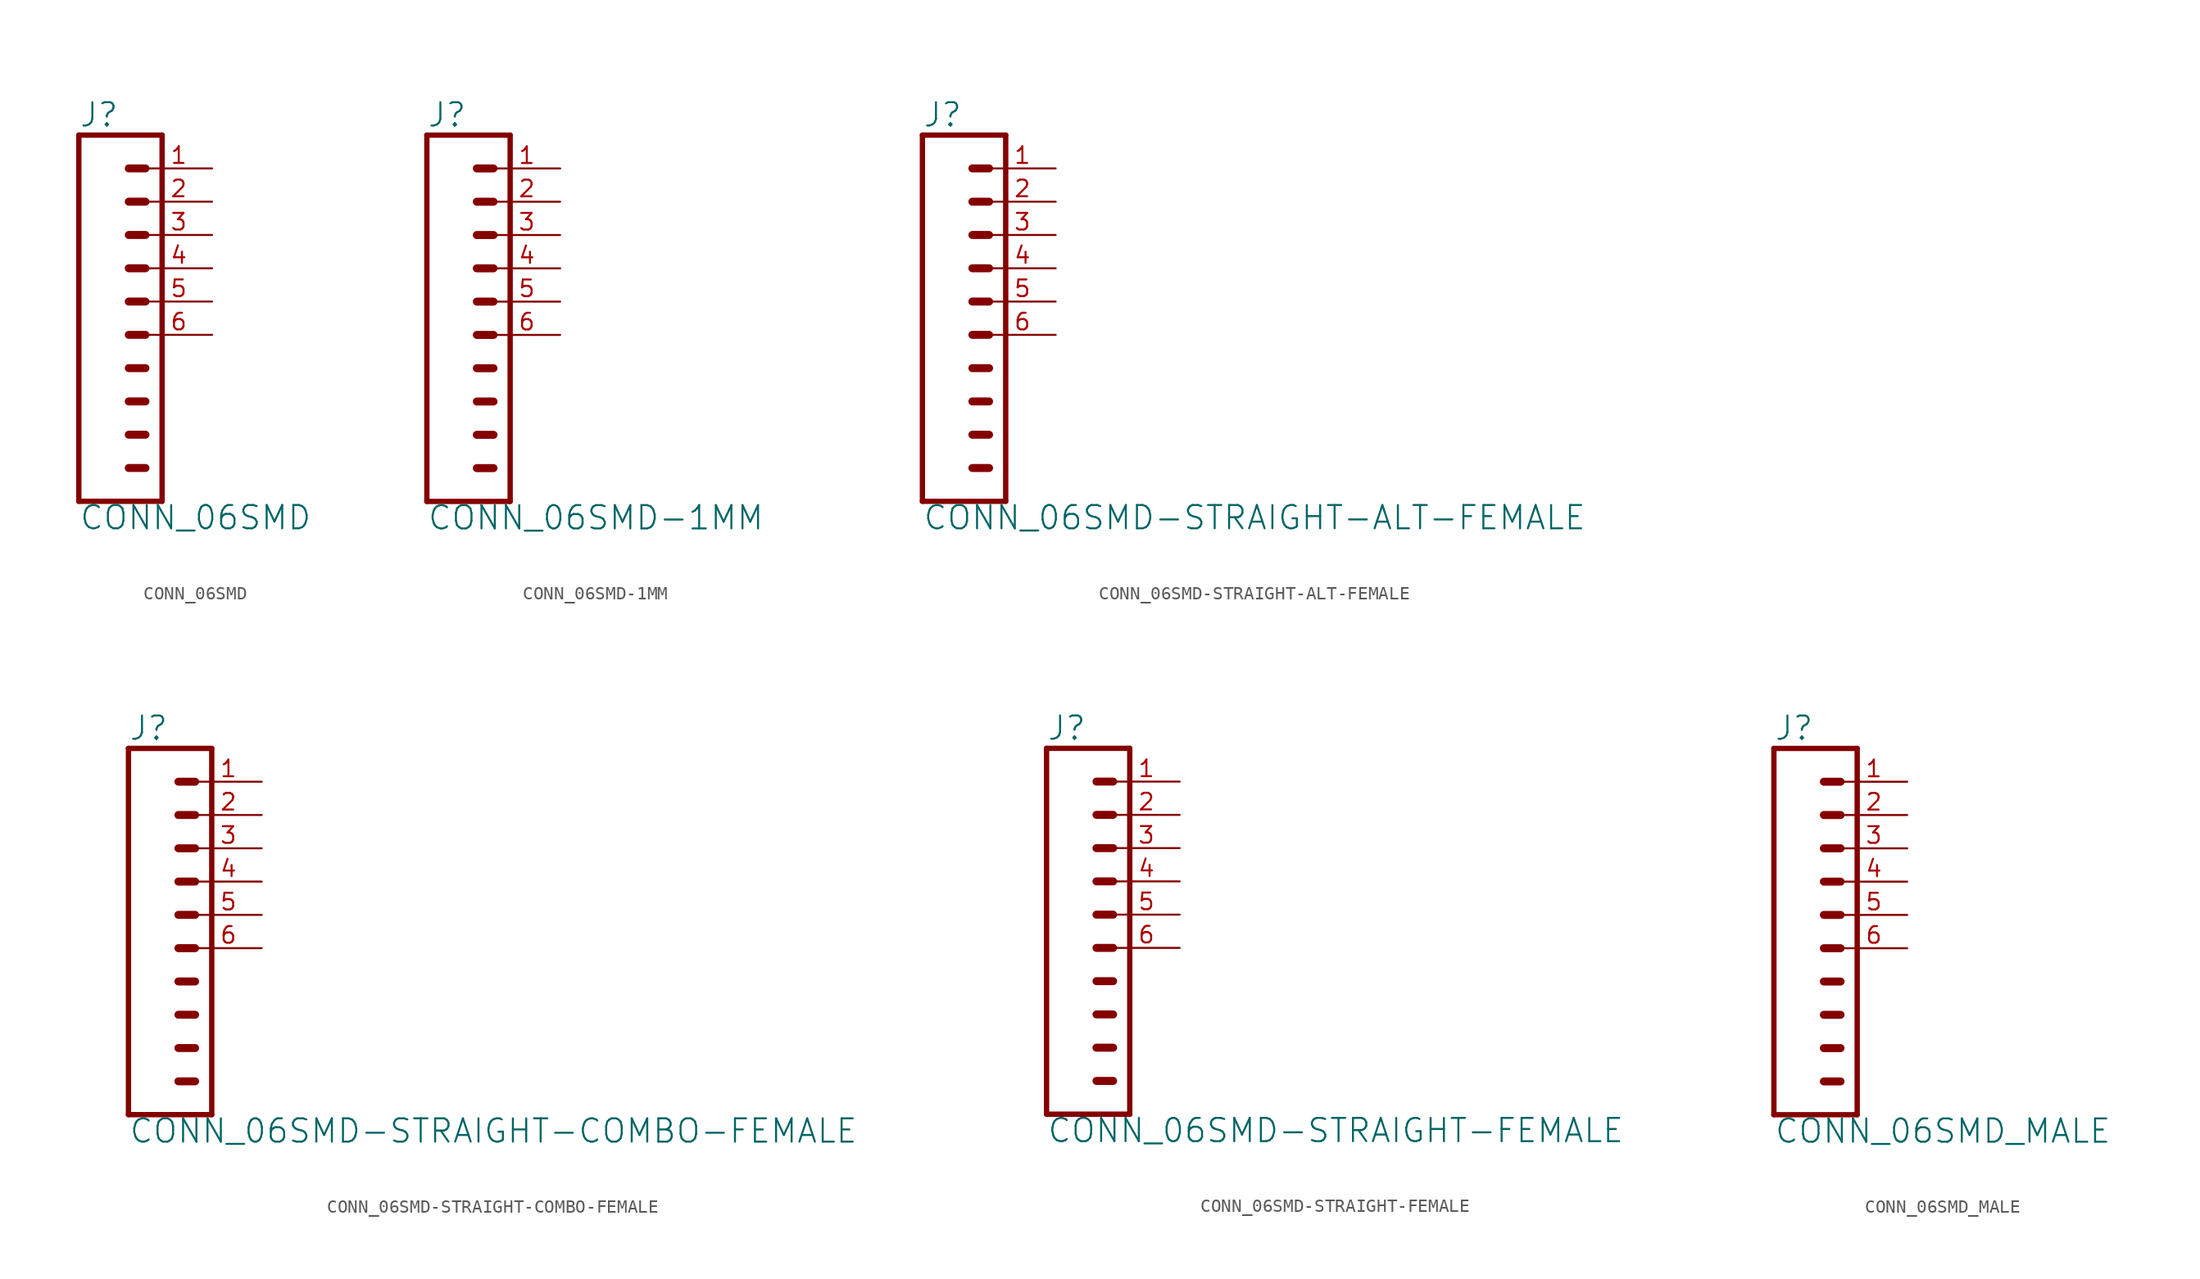
<source format=kicad_sym>
(kicad_symbol_lib
  (version 20211014)
  (generator kicad_symbol_editor)
  (symbol "CONN_06SMD"
    (property "Reference" "J"
      (at -2.54 15.748 0)
      (effects (font (size 1.778 1.778)) (justify left bottom)))
    (property "Value" "CONN_06SMD"
      (at -2.54 -14.986 0)
      (effects (font (size 1.778 1.778)) (justify left bottom)))
    (property "ki_locked" ""
      (at 0 0 0)
      (effects (font (size 1.27 1.27))))
    (symbol "CONN_06SMD_1_0"
      (polyline (pts (xy -2.54 15.24) (xy -2.54 -12.7)) (stroke (width 0.406) (type default) (color 0 0 0 0)) (fill (type none)))
      (polyline (pts (xy -2.54 15.24) (xy 3.81 15.24)) (stroke (width 0.406) (type default) (color 0 0 0 0)) (fill (type none)))
      (polyline (pts (xy 1.27 -10.16) (xy 2.54 -10.16)) (stroke (width 0.61) (type default) (color 0 0 0 0)) (fill (type none)))
      (polyline (pts (xy 1.27 -7.62) (xy 2.54 -7.62)) (stroke (width 0.61) (type default) (color 0 0 0 0)) (fill (type none)))
      (polyline (pts (xy 1.27 -5.08) (xy 2.54 -5.08)) (stroke (width 0.61) (type default) (color 0 0 0 0)) (fill (type none)))
      (polyline (pts (xy 1.27 -2.54) (xy 2.54 -2.54)) (stroke (width 0.61) (type default) (color 0 0 0 0)) (fill (type none)))
      (polyline (pts (xy 1.27 0) (xy 2.54 0)) (stroke (width 0.61) (type default) (color 0 0 0 0)) (fill (type none)))
      (polyline (pts (xy 1.27 2.54) (xy 2.54 2.54)) (stroke (width 0.61) (type default) (color 0 0 0 0)) (fill (type none)))
      (polyline (pts (xy 1.27 5.08) (xy 2.54 5.08)) (stroke (width 0.61) (type default) (color 0 0 0 0)) (fill (type none)))
      (polyline (pts (xy 1.27 7.62) (xy 2.54 7.62)) (stroke (width 0.61) (type default) (color 0 0 0 0)) (fill (type none)))
      (polyline (pts (xy 1.27 10.16) (xy 2.54 10.16)) (stroke (width 0.61) (type default) (color 0 0 0 0)) (fill (type none)))
      (polyline (pts (xy 1.27 12.7) (xy 2.54 12.7)) (stroke (width 0.61) (type default) (color 0 0 0 0)) (fill (type none)))
      (polyline (pts (xy 3.81 -12.7) (xy -2.54 -12.7)) (stroke (width 0.406) (type default) (color 0 0 0 0)) (fill (type none)))
      (polyline (pts (xy 3.81 -12.7) (xy 3.81 15.24)) (stroke (width 0.406) (type default) (color 0 0 0 0)) (fill (type none)))
      (pin passive line (at 7.62 12.7 180) (length 5.08) (name "1" (effects (font (size 0 0)))) (number "1" (effects (font (size 1.27 1.27)))))
      (pin passive line (at 7.62 10.16 180) (length 5.08) (name "2" (effects (font (size 0 0)))) (number "2" (effects (font (size 1.27 1.27)))))
      (pin passive line (at 7.62 7.62 180) (length 5.08) (name "3" (effects (font (size 0 0)))) (number "3" (effects (font (size 1.27 1.27)))))
      (pin passive line (at 7.62 5.08 180) (length 5.08) (name "4" (effects (font (size 0 0)))) (number "4" (effects (font (size 1.27 1.27)))))
      (pin passive line (at 7.62 2.54 180) (length 5.08) (name "5" (effects (font (size 0 0)))) (number "5" (effects (font (size 1.27 1.27)))))
      (pin passive line (at 7.62 0 180) (length 5.08) (name "6" (effects (font (size 0 0)))) (number "6" (effects (font (size 1.27 1.27)))))))
  (symbol "CONN_06SMD-1MM"
    (property "Reference" "J"
      (at -2.54 15.748 0)
      (effects (font (size 1.778 1.778)) (justify left bottom)))
    (property "Value" "CONN_06SMD-1MM"
      (at -2.54 -14.986 0)
      (effects (font (size 1.778 1.778)) (justify left bottom)))
    (property "ki_locked" ""
      (at 0 0 0)
      (effects (font (size 1.27 1.27))))
    (symbol "CONN_06SMD-1MM_1_0"
      (polyline (pts (xy -2.54 15.24) (xy -2.54 -12.7)) (stroke (width 0.406) (type default) (color 0 0 0 0)) (fill (type none)))
      (polyline (pts (xy -2.54 15.24) (xy 3.81 15.24)) (stroke (width 0.406) (type default) (color 0 0 0 0)) (fill (type none)))
      (polyline (pts (xy 1.27 -10.16) (xy 2.54 -10.16)) (stroke (width 0.61) (type default) (color 0 0 0 0)) (fill (type none)))
      (polyline (pts (xy 1.27 -7.62) (xy 2.54 -7.62)) (stroke (width 0.61) (type default) (color 0 0 0 0)) (fill (type none)))
      (polyline (pts (xy 1.27 -5.08) (xy 2.54 -5.08)) (stroke (width 0.61) (type default) (color 0 0 0 0)) (fill (type none)))
      (polyline (pts (xy 1.27 -2.54) (xy 2.54 -2.54)) (stroke (width 0.61) (type default) (color 0 0 0 0)) (fill (type none)))
      (polyline (pts (xy 1.27 0) (xy 2.54 0)) (stroke (width 0.61) (type default) (color 0 0 0 0)) (fill (type none)))
      (polyline (pts (xy 1.27 2.54) (xy 2.54 2.54)) (stroke (width 0.61) (type default) (color 0 0 0 0)) (fill (type none)))
      (polyline (pts (xy 1.27 5.08) (xy 2.54 5.08)) (stroke (width 0.61) (type default) (color 0 0 0 0)) (fill (type none)))
      (polyline (pts (xy 1.27 7.62) (xy 2.54 7.62)) (stroke (width 0.61) (type default) (color 0 0 0 0)) (fill (type none)))
      (polyline (pts (xy 1.27 10.16) (xy 2.54 10.16)) (stroke (width 0.61) (type default) (color 0 0 0 0)) (fill (type none)))
      (polyline (pts (xy 1.27 12.7) (xy 2.54 12.7)) (stroke (width 0.61) (type default) (color 0 0 0 0)) (fill (type none)))
      (polyline (pts (xy 3.81 -12.7) (xy -2.54 -12.7)) (stroke (width 0.406) (type default) (color 0 0 0 0)) (fill (type none)))
      (polyline (pts (xy 3.81 -12.7) (xy 3.81 15.24)) (stroke (width 0.406) (type default) (color 0 0 0 0)) (fill (type none)))
      (pin passive line (at 7.62 12.7 180) (length 5.08) (name "1" (effects (font (size 0 0)))) (number "1" (effects (font (size 1.27 1.27)))))
      (pin passive line (at 7.62 10.16 180) (length 5.08) (name "2" (effects (font (size 0 0)))) (number "2" (effects (font (size 1.27 1.27)))))
      (pin passive line (at 7.62 7.62 180) (length 5.08) (name "3" (effects (font (size 0 0)))) (number "3" (effects (font (size 1.27 1.27)))))
      (pin passive line (at 7.62 5.08 180) (length 5.08) (name "4" (effects (font (size 0 0)))) (number "4" (effects (font (size 1.27 1.27)))))
      (pin passive line (at 7.62 2.54 180) (length 5.08) (name "5" (effects (font (size 0 0)))) (number "5" (effects (font (size 1.27 1.27)))))
      (pin passive line (at 7.62 0 180) (length 5.08) (name "6" (effects (font (size 0 0)))) (number "6" (effects (font (size 1.27 1.27)))))))
  (symbol "CONN_06SMD-STRAIGHT-ALT-FEMALE"
    (property "Reference" "J"
      (at -2.54 15.748 0)
      (effects (font (size 1.778 1.778)) (justify left bottom)))
    (property "Value" "CONN_06SMD-STRAIGHT-ALT-FEMALE"
      (at -2.54 -14.986 0)
      (effects (font (size 1.778 1.778)) (justify left bottom)))
    (property "ki_locked" ""
      (at 0 0 0)
      (effects (font (size 1.27 1.27))))
    (symbol "CONN_06SMD-STRAIGHT-ALT-FEMALE_1_0"
      (polyline (pts (xy -2.54 15.24) (xy -2.54 -12.7)) (stroke (width 0.406) (type default) (color 0 0 0 0)) (fill (type none)))
      (polyline (pts (xy -2.54 15.24) (xy 3.81 15.24)) (stroke (width 0.406) (type default) (color 0 0 0 0)) (fill (type none)))
      (polyline (pts (xy 1.27 -10.16) (xy 2.54 -10.16)) (stroke (width 0.61) (type default) (color 0 0 0 0)) (fill (type none)))
      (polyline (pts (xy 1.27 -7.62) (xy 2.54 -7.62)) (stroke (width 0.61) (type default) (color 0 0 0 0)) (fill (type none)))
      (polyline (pts (xy 1.27 -5.08) (xy 2.54 -5.08)) (stroke (width 0.61) (type default) (color 0 0 0 0)) (fill (type none)))
      (polyline (pts (xy 1.27 -2.54) (xy 2.54 -2.54)) (stroke (width 0.61) (type default) (color 0 0 0 0)) (fill (type none)))
      (polyline (pts (xy 1.27 0) (xy 2.54 0)) (stroke (width 0.61) (type default) (color 0 0 0 0)) (fill (type none)))
      (polyline (pts (xy 1.27 2.54) (xy 2.54 2.54)) (stroke (width 0.61) (type default) (color 0 0 0 0)) (fill (type none)))
      (polyline (pts (xy 1.27 5.08) (xy 2.54 5.08)) (stroke (width 0.61) (type default) (color 0 0 0 0)) (fill (type none)))
      (polyline (pts (xy 1.27 7.62) (xy 2.54 7.62)) (stroke (width 0.61) (type default) (color 0 0 0 0)) (fill (type none)))
      (polyline (pts (xy 1.27 10.16) (xy 2.54 10.16)) (stroke (width 0.61) (type default) (color 0 0 0 0)) (fill (type none)))
      (polyline (pts (xy 1.27 12.7) (xy 2.54 12.7)) (stroke (width 0.61) (type default) (color 0 0 0 0)) (fill (type none)))
      (polyline (pts (xy 3.81 -12.7) (xy -2.54 -12.7)) (stroke (width 0.406) (type default) (color 0 0 0 0)) (fill (type none)))
      (polyline (pts (xy 3.81 -12.7) (xy 3.81 15.24)) (stroke (width 0.406) (type default) (color 0 0 0 0)) (fill (type none)))
      (pin passive line (at 7.62 12.7 180) (length 5.08) (name "1" (effects (font (size 0 0)))) (number "1" (effects (font (size 1.27 1.27)))))
      (pin passive line (at 7.62 10.16 180) (length 5.08) (name "2" (effects (font (size 0 0)))) (number "2" (effects (font (size 1.27 1.27)))))
      (pin passive line (at 7.62 7.62 180) (length 5.08) (name "3" (effects (font (size 0 0)))) (number "3" (effects (font (size 1.27 1.27)))))
      (pin passive line (at 7.62 5.08 180) (length 5.08) (name "4" (effects (font (size 0 0)))) (number "4" (effects (font (size 1.27 1.27)))))
      (pin passive line (at 7.62 2.54 180) (length 5.08) (name "5" (effects (font (size 0 0)))) (number "5" (effects (font (size 1.27 1.27)))))
      (pin passive line (at 7.62 0 180) (length 5.08) (name "6" (effects (font (size 0 0)))) (number "6" (effects (font (size 1.27 1.27)))))))
  (symbol "CONN_06SMD-STRAIGHT-COMBO-FEMALE"
    (property "Reference" "J"
      (at -2.54 15.748 0)
      (effects (font (size 1.778 1.778)) (justify left bottom)))
    (property "Value" "CONN_06SMD-STRAIGHT-COMBO-FEMALE"
      (at -2.54 -14.986 0)
      (effects (font (size 1.778 1.778)) (justify left bottom)))
    (property "ki_locked" ""
      (at 0 0 0)
      (effects (font (size 1.27 1.27))))
    (symbol "CONN_06SMD-STRAIGHT-COMBO-FEMALE_1_0"
      (polyline (pts (xy -2.54 15.24) (xy -2.54 -12.7)) (stroke (width 0.406) (type default) (color 0 0 0 0)) (fill (type none)))
      (polyline (pts (xy -2.54 15.24) (xy 3.81 15.24)) (stroke (width 0.406) (type default) (color 0 0 0 0)) (fill (type none)))
      (polyline (pts (xy 1.27 -10.16) (xy 2.54 -10.16)) (stroke (width 0.61) (type default) (color 0 0 0 0)) (fill (type none)))
      (polyline (pts (xy 1.27 -7.62) (xy 2.54 -7.62)) (stroke (width 0.61) (type default) (color 0 0 0 0)) (fill (type none)))
      (polyline (pts (xy 1.27 -5.08) (xy 2.54 -5.08)) (stroke (width 0.61) (type default) (color 0 0 0 0)) (fill (type none)))
      (polyline (pts (xy 1.27 -2.54) (xy 2.54 -2.54)) (stroke (width 0.61) (type default) (color 0 0 0 0)) (fill (type none)))
      (polyline (pts (xy 1.27 0) (xy 2.54 0)) (stroke (width 0.61) (type default) (color 0 0 0 0)) (fill (type none)))
      (polyline (pts (xy 1.27 2.54) (xy 2.54 2.54)) (stroke (width 0.61) (type default) (color 0 0 0 0)) (fill (type none)))
      (polyline (pts (xy 1.27 5.08) (xy 2.54 5.08)) (stroke (width 0.61) (type default) (color 0 0 0 0)) (fill (type none)))
      (polyline (pts (xy 1.27 7.62) (xy 2.54 7.62)) (stroke (width 0.61) (type default) (color 0 0 0 0)) (fill (type none)))
      (polyline (pts (xy 1.27 10.16) (xy 2.54 10.16)) (stroke (width 0.61) (type default) (color 0 0 0 0)) (fill (type none)))
      (polyline (pts (xy 1.27 12.7) (xy 2.54 12.7)) (stroke (width 0.61) (type default) (color 0 0 0 0)) (fill (type none)))
      (polyline (pts (xy 3.81 -12.7) (xy -2.54 -12.7)) (stroke (width 0.406) (type default) (color 0 0 0 0)) (fill (type none)))
      (polyline (pts (xy 3.81 -12.7) (xy 3.81 15.24)) (stroke (width 0.406) (type default) (color 0 0 0 0)) (fill (type none)))
      (pin passive line (at 7.62 12.7 180) (length 5.08) (name "1" (effects (font (size 0 0)))) (number "1" (effects (font (size 1.27 1.27)))))
      (pin passive line (at 7.62 10.16 180) (length 5.08) (name "2" (effects (font (size 0 0)))) (number "2" (effects (font (size 1.27 1.27)))))
      (pin passive line (at 7.62 7.62 180) (length 5.08) (name "3" (effects (font (size 0 0)))) (number "3" (effects (font (size 1.27 1.27)))))
      (pin passive line (at 7.62 5.08 180) (length 5.08) (name "4" (effects (font (size 0 0)))) (number "4" (effects (font (size 1.27 1.27)))))
      (pin passive line (at 7.62 2.54 180) (length 5.08) (name "5" (effects (font (size 0 0)))) (number "5" (effects (font (size 1.27 1.27)))))
      (pin passive line (at 7.62 0 180) (length 5.08) (name "6" (effects (font (size 0 0)))) (number "6" (effects (font (size 1.27 1.27)))))))
  (symbol "CONN_06SMD-STRAIGHT-FEMALE"
    (property "Reference" "J"
      (at -2.54 15.748 0)
      (effects (font (size 1.778 1.778)) (justify left bottom)))
    (property "Value" "CONN_06SMD-STRAIGHT-FEMALE"
      (at -2.54 -14.986 0)
      (effects (font (size 1.778 1.778)) (justify left bottom)))
    (property "ki_locked" ""
      (at 0 0 0)
      (effects (font (size 1.27 1.27))))
    (symbol "CONN_06SMD-STRAIGHT-FEMALE_1_0"
      (polyline (pts (xy -2.54 15.24) (xy -2.54 -12.7)) (stroke (width 0.406) (type default) (color 0 0 0 0)) (fill (type none)))
      (polyline (pts (xy -2.54 15.24) (xy 3.81 15.24)) (stroke (width 0.406) (type default) (color 0 0 0 0)) (fill (type none)))
      (polyline (pts (xy 1.27 -10.16) (xy 2.54 -10.16)) (stroke (width 0.61) (type default) (color 0 0 0 0)) (fill (type none)))
      (polyline (pts (xy 1.27 -7.62) (xy 2.54 -7.62)) (stroke (width 0.61) (type default) (color 0 0 0 0)) (fill (type none)))
      (polyline (pts (xy 1.27 -5.08) (xy 2.54 -5.08)) (stroke (width 0.61) (type default) (color 0 0 0 0)) (fill (type none)))
      (polyline (pts (xy 1.27 -2.54) (xy 2.54 -2.54)) (stroke (width 0.61) (type default) (color 0 0 0 0)) (fill (type none)))
      (polyline (pts (xy 1.27 0) (xy 2.54 0)) (stroke (width 0.61) (type default) (color 0 0 0 0)) (fill (type none)))
      (polyline (pts (xy 1.27 2.54) (xy 2.54 2.54)) (stroke (width 0.61) (type default) (color 0 0 0 0)) (fill (type none)))
      (polyline (pts (xy 1.27 5.08) (xy 2.54 5.08)) (stroke (width 0.61) (type default) (color 0 0 0 0)) (fill (type none)))
      (polyline (pts (xy 1.27 7.62) (xy 2.54 7.62)) (stroke (width 0.61) (type default) (color 0 0 0 0)) (fill (type none)))
      (polyline (pts (xy 1.27 10.16) (xy 2.54 10.16)) (stroke (width 0.61) (type default) (color 0 0 0 0)) (fill (type none)))
      (polyline (pts (xy 1.27 12.7) (xy 2.54 12.7)) (stroke (width 0.61) (type default) (color 0 0 0 0)) (fill (type none)))
      (polyline (pts (xy 3.81 -12.7) (xy -2.54 -12.7)) (stroke (width 0.406) (type default) (color 0 0 0 0)) (fill (type none)))
      (polyline (pts (xy 3.81 -12.7) (xy 3.81 15.24)) (stroke (width 0.406) (type default) (color 0 0 0 0)) (fill (type none)))
      (pin passive line (at 7.62 12.7 180) (length 5.08) (name "1" (effects (font (size 0 0)))) (number "1" (effects (font (size 1.27 1.27)))))
      (pin passive line (at 7.62 10.16 180) (length 5.08) (name "2" (effects (font (size 0 0)))) (number "2" (effects (font (size 1.27 1.27)))))
      (pin passive line (at 7.62 7.62 180) (length 5.08) (name "3" (effects (font (size 0 0)))) (number "3" (effects (font (size 1.27 1.27)))))
      (pin passive line (at 7.62 5.08 180) (length 5.08) (name "4" (effects (font (size 0 0)))) (number "4" (effects (font (size 1.27 1.27)))))
      (pin passive line (at 7.62 2.54 180) (length 5.08) (name "5" (effects (font (size 0 0)))) (number "5" (effects (font (size 1.27 1.27)))))
      (pin passive line (at 7.62 0 180) (length 5.08) (name "6" (effects (font (size 0 0)))) (number "6" (effects (font (size 1.27 1.27)))))))
  (symbol "CONN_06SMD_MALE"
    (property "Reference" "J"
      (at -2.54 15.748 0)
      (effects (font (size 1.778 1.778)) (justify left bottom)))
    (property "Value" "CONN_06SMD_MALE"
      (at -2.54 -14.986 0)
      (effects (font (size 1.778 1.778)) (justify left bottom)))
    (property "ki_locked" ""
      (at 0 0 0)
      (effects (font (size 1.27 1.27))))
    (symbol "CONN_06SMD_MALE_1_0"
      (polyline (pts (xy -2.54 15.24) (xy -2.54 -12.7)) (stroke (width 0.406) (type default) (color 0 0 0 0)) (fill (type none)))
      (polyline (pts (xy -2.54 15.24) (xy 3.81 15.24)) (stroke (width 0.406) (type default) (color 0 0 0 0)) (fill (type none)))
      (polyline (pts (xy 1.27 -10.16) (xy 2.54 -10.16)) (stroke (width 0.61) (type default) (color 0 0 0 0)) (fill (type none)))
      (polyline (pts (xy 1.27 -7.62) (xy 2.54 -7.62)) (stroke (width 0.61) (type default) (color 0 0 0 0)) (fill (type none)))
      (polyline (pts (xy 1.27 -5.08) (xy 2.54 -5.08)) (stroke (width 0.61) (type default) (color 0 0 0 0)) (fill (type none)))
      (polyline (pts (xy 1.27 -2.54) (xy 2.54 -2.54)) (stroke (width 0.61) (type default) (color 0 0 0 0)) (fill (type none)))
      (polyline (pts (xy 1.27 0) (xy 2.54 0)) (stroke (width 0.61) (type default) (color 0 0 0 0)) (fill (type none)))
      (polyline (pts (xy 1.27 2.54) (xy 2.54 2.54)) (stroke (width 0.61) (type default) (color 0 0 0 0)) (fill (type none)))
      (polyline (pts (xy 1.27 5.08) (xy 2.54 5.08)) (stroke (width 0.61) (type default) (color 0 0 0 0)) (fill (type none)))
      (polyline (pts (xy 1.27 7.62) (xy 2.54 7.62)) (stroke (width 0.61) (type default) (color 0 0 0 0)) (fill (type none)))
      (polyline (pts (xy 1.27 10.16) (xy 2.54 10.16)) (stroke (width 0.61) (type default) (color 0 0 0 0)) (fill (type none)))
      (polyline (pts (xy 1.27 12.7) (xy 2.54 12.7)) (stroke (width 0.61) (type default) (color 0 0 0 0)) (fill (type none)))
      (polyline (pts (xy 3.81 -12.7) (xy -2.54 -12.7)) (stroke (width 0.406) (type default) (color 0 0 0 0)) (fill (type none)))
      (polyline (pts (xy 3.81 -12.7) (xy 3.81 15.24)) (stroke (width 0.406) (type default) (color 0 0 0 0)) (fill (type none)))
      (pin passive line (at 7.62 12.7 180) (length 5.08) (name "1" (effects (font (size 0 0)))) (number "1" (effects (font (size 1.27 1.27)))))
      (pin passive line (at 7.62 10.16 180) (length 5.08) (name "2" (effects (font (size 0 0)))) (number "2" (effects (font (size 1.27 1.27)))))
      (pin passive line (at 7.62 7.62 180) (length 5.08) (name "3" (effects (font (size 0 0)))) (number "3" (effects (font (size 1.27 1.27)))))
      (pin passive line (at 7.62 5.08 180) (length 5.08) (name "4" (effects (font (size 0 0)))) (number "4" (effects (font (size 1.27 1.27)))))
      (pin passive line (at 7.62 2.54 180) (length 5.08) (name "5" (effects (font (size 0 0)))) (number "5" (effects (font (size 1.27 1.27)))))
      (pin passive line (at 7.62 0 180) (length 5.08) (name "6" (effects (font (size 0 0)))) (number "6" (effects (font (size 1.27 1.27))))))))
</source>
